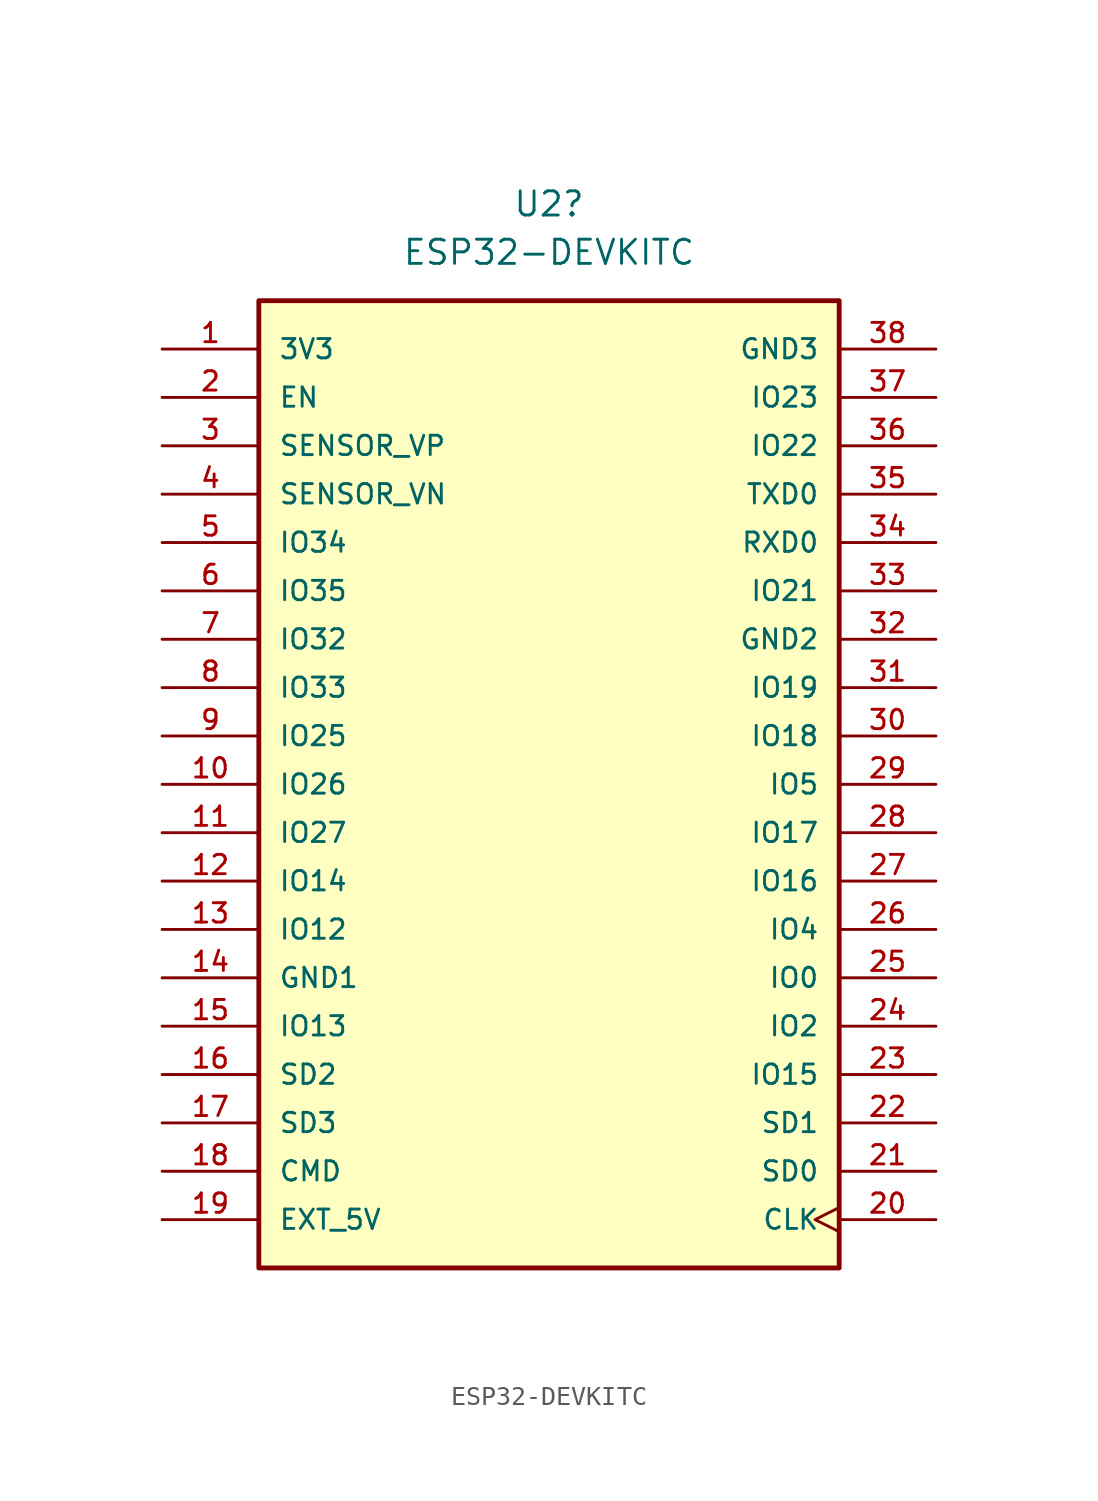
<source format=kicad_sym>
(kicad_symbol_lib
  (version 20220914)
  (generator kicad_symbol_editor)
  (symbol "ESP32-DEVKITC"
    (pin_names
      (offset 1.016))
    (property "Reference" "U2"
      (at 0 30.48 0)
      (effects (font (size 1.27 1.27))))
    (property "Value" "ESP32-DEVKITC"
      (at 0 27.94 0)
      (effects (font (size 1.27 1.27))))
    (symbol "ESP32-DEVKITC_0_0"
      (rectangle (start -15.24 -25.4) (end 15.24 25.4) (stroke (width 0.254) (type default)) (fill (type background)))
      (pin power_in line (at -20.32 22.86 0) (length 5.08) (name "3V3" (effects (font (size 1.016 1.016)))) (number "1" (effects (font (size 1.016 1.016)))))
      (pin bidirectional line (at -20.32 0 0) (length 5.08) (name "IO26" (effects (font (size 1.016 1.016)))) (number "10" (effects (font (size 1.016 1.016)))))
      (pin bidirectional line (at -20.32 -2.54 0) (length 5.08) (name "IO27" (effects (font (size 1.016 1.016)))) (number "11" (effects (font (size 1.016 1.016)))))
      (pin bidirectional line (at -20.32 -5.08 0) (length 5.08) (name "IO14" (effects (font (size 1.016 1.016)))) (number "12" (effects (font (size 1.016 1.016)))))
      (pin bidirectional line (at -20.32 -7.62 0) (length 5.08) (name "IO12" (effects (font (size 1.016 1.016)))) (number "13" (effects (font (size 1.016 1.016)))))
      (pin power_in line (at -20.32 -10.16 0) (length 5.08) (name "GND1" (effects (font (size 1.016 1.016)))) (number "14" (effects (font (size 1.016 1.016)))))
      (pin bidirectional line (at -20.32 -12.7 0) (length 5.08) (name "IO13" (effects (font (size 1.016 1.016)))) (number "15" (effects (font (size 1.016 1.016)))))
      (pin bidirectional line (at -20.32 -15.24 0) (length 5.08) (name "SD2" (effects (font (size 1.016 1.016)))) (number "16" (effects (font (size 1.016 1.016)))))
      (pin bidirectional line (at -20.32 -17.78 0) (length 5.08) (name "SD3" (effects (font (size 1.016 1.016)))) (number "17" (effects (font (size 1.016 1.016)))))
      (pin bidirectional line (at -20.32 -20.32 0) (length 5.08) (name "CMD" (effects (font (size 1.016 1.016)))) (number "18" (effects (font (size 1.016 1.016)))))
      (pin power_in line (at -20.32 -22.86 0) (length 5.08) (name "EXT_5V" (effects (font (size 1.016 1.016)))) (number "19" (effects (font (size 1.016 1.016)))))
      (pin input line (at -20.32 20.32 0) (length 5.08) (name "EN" (effects (font (size 1.016 1.016)))) (number "2" (effects (font (size 1.016 1.016)))))
      (pin input clock (at 20.32 -22.86 180) (length 5.08) (name "CLK" (effects (font (size 1.016 1.016)))) (number "20" (effects (font (size 1.016 1.016)))))
      (pin bidirectional line (at 20.32 -20.32 180) (length 5.08) (name "SD0" (effects (font (size 1.016 1.016)))) (number "21" (effects (font (size 1.016 1.016)))))
      (pin bidirectional line (at 20.32 -17.78 180) (length 5.08) (name "SD1" (effects (font (size 1.016 1.016)))) (number "22" (effects (font (size 1.016 1.016)))))
      (pin bidirectional line (at 20.32 -15.24 180) (length 5.08) (name "IO15" (effects (font (size 1.016 1.016)))) (number "23" (effects (font (size 1.016 1.016)))))
      (pin bidirectional line (at 20.32 -12.7 180) (length 5.08) (name "IO2" (effects (font (size 1.016 1.016)))) (number "24" (effects (font (size 1.016 1.016)))))
      (pin bidirectional line (at 20.32 -10.16 180) (length 5.08) (name "IO0" (effects (font (size 1.016 1.016)))) (number "25" (effects (font (size 1.016 1.016)))))
      (pin bidirectional line (at 20.32 -7.62 180) (length 5.08) (name "IO4" (effects (font (size 1.016 1.016)))) (number "26" (effects (font (size 1.016 1.016)))))
      (pin bidirectional line (at 20.32 -5.08 180) (length 5.08) (name "IO16" (effects (font (size 1.016 1.016)))) (number "27" (effects (font (size 1.016 1.016)))))
      (pin bidirectional line (at 20.32 -2.54 180) (length 5.08) (name "IO17" (effects (font (size 1.016 1.016)))) (number "28" (effects (font (size 1.016 1.016)))))
      (pin bidirectional line (at 20.32 0 180) (length 5.08) (name "IO5" (effects (font (size 1.016 1.016)))) (number "29" (effects (font (size 1.016 1.016)))))
      (pin input line (at -20.32 17.78 0) (length 5.08) (name "SENSOR_VP" (effects (font (size 1.016 1.016)))) (number "3" (effects (font (size 1.016 1.016)))))
      (pin bidirectional line (at 20.32 2.54 180) (length 5.08) (name "IO18" (effects (font (size 1.016 1.016)))) (number "30" (effects (font (size 1.016 1.016)))))
      (pin bidirectional line (at 20.32 5.08 180) (length 5.08) (name "IO19" (effects (font (size 1.016 1.016)))) (number "31" (effects (font (size 1.016 1.016)))))
      (pin power_in line (at 20.32 7.62 180) (length 5.08) (name "GND2" (effects (font (size 1.016 1.016)))) (number "32" (effects (font (size 1.016 1.016)))))
      (pin bidirectional line (at 20.32 10.16 180) (length 5.08) (name "IO21" (effects (font (size 1.016 1.016)))) (number "33" (effects (font (size 1.016 1.016)))))
      (pin input line (at 20.32 12.7 180) (length 5.08) (name "RXD0" (effects (font (size 1.016 1.016)))) (number "34" (effects (font (size 1.016 1.016)))))
      (pin output line (at 20.32 15.24 180) (length 5.08) (name "TXD0" (effects (font (size 1.016 1.016)))) (number "35" (effects (font (size 1.016 1.016)))))
      (pin bidirectional line (at 20.32 17.78 180) (length 5.08) (name "IO22" (effects (font (size 1.016 1.016)))) (number "36" (effects (font (size 1.016 1.016)))))
      (pin bidirectional line (at 20.32 20.32 180) (length 5.08) (name "IO23" (effects (font (size 1.016 1.016)))) (number "37" (effects (font (size 1.016 1.016)))))
      (pin power_in line (at 20.32 22.86 180) (length 5.08) (name "GND3" (effects (font (size 1.016 1.016)))) (number "38" (effects (font (size 1.016 1.016)))))
      (pin input line (at -20.32 15.24 0) (length 5.08) (name "SENSOR_VN" (effects (font (size 1.016 1.016)))) (number "4" (effects (font (size 1.016 1.016)))))
      (pin bidirectional line (at -20.32 12.7 0) (length 5.08) (name "IO34" (effects (font (size 1.016 1.016)))) (number "5" (effects (font (size 1.016 1.016)))))
      (pin bidirectional line (at -20.32 10.16 0) (length 5.08) (name "IO35" (effects (font (size 1.016 1.016)))) (number "6" (effects (font (size 1.016 1.016)))))
      (pin bidirectional line (at -20.32 7.62 0) (length 5.08) (name "IO32" (effects (font (size 1.016 1.016)))) (number "7" (effects (font (size 1.016 1.016)))))
      (pin bidirectional line (at -20.32 5.08 0) (length 5.08) (name "IO33" (effects (font (size 1.016 1.016)))) (number "8" (effects (font (size 1.016 1.016)))))
      (pin bidirectional line (at -20.32 2.54 0) (length 5.08) (name "IO25" (effects (font (size 1.016 1.016)))) (number "9" (effects (font (size 1.016 1.016))))))))
</source>
